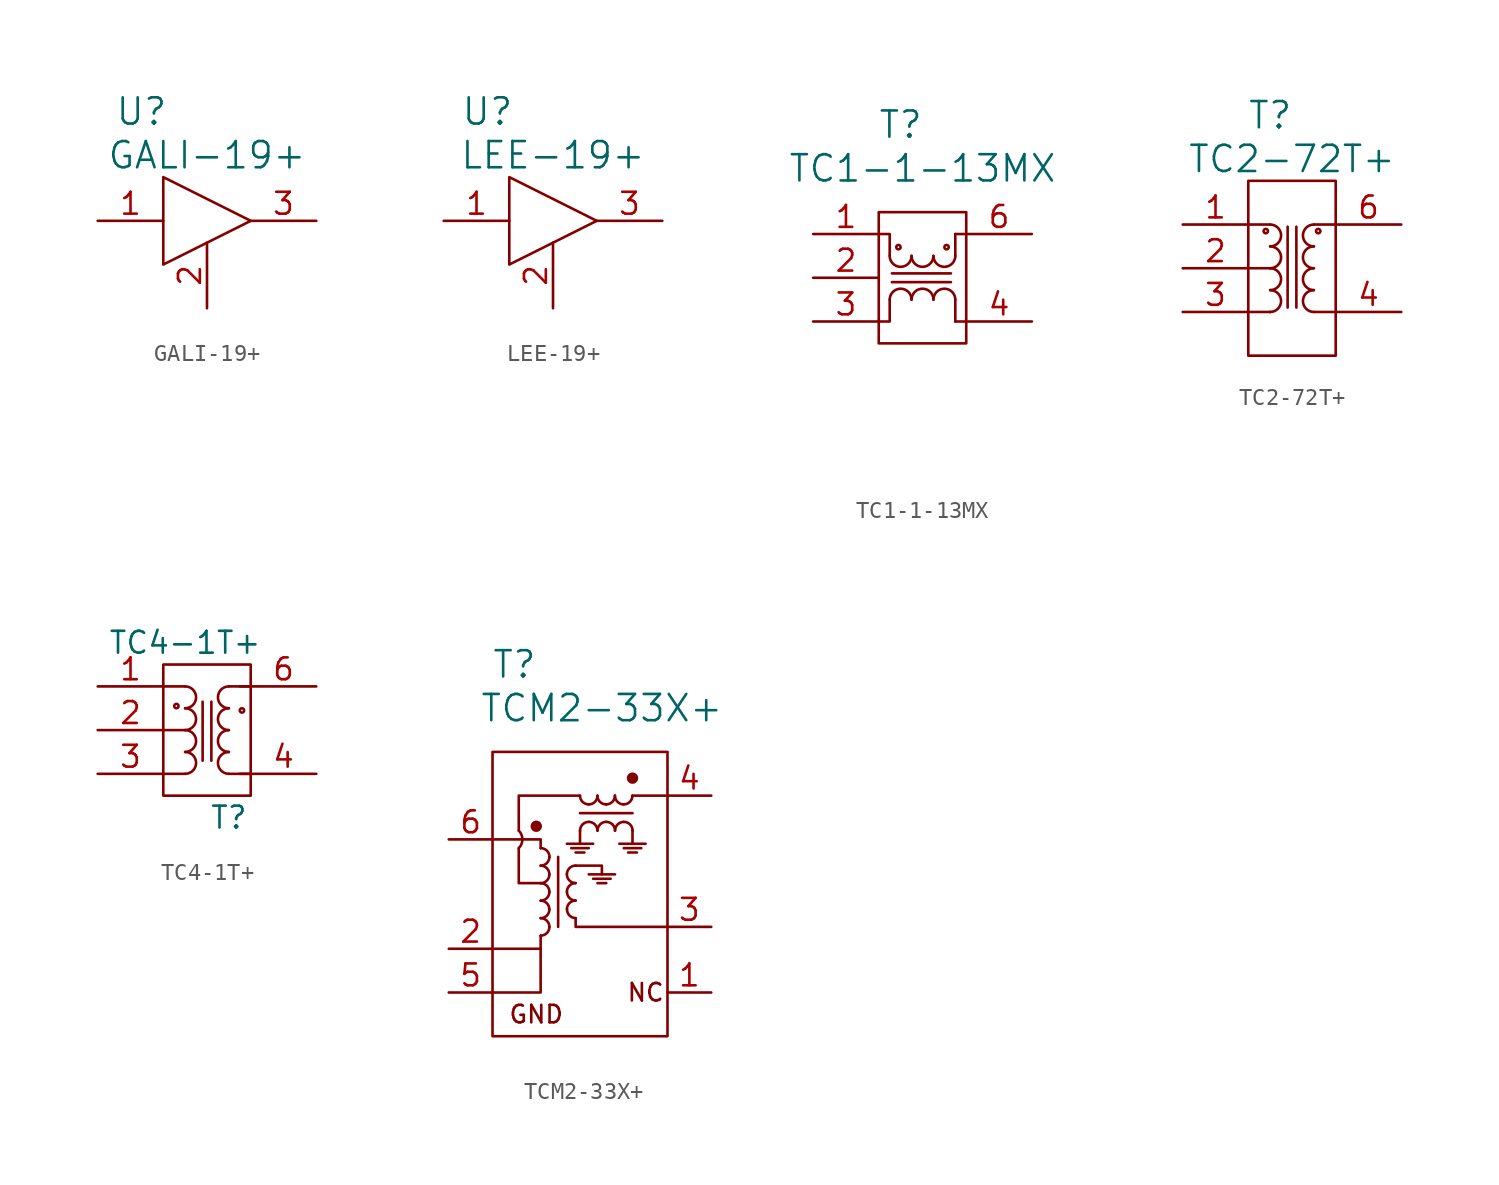
<source format=kicad_sym>
(kicad_symbol_lib
  (version 20231120)
  (generator "kicad_symbol_editor")
  (generator_version "8.0")
  (symbol "GALI-19+"
    (pin_names
      (offset 1.016) hide)
    (property "Reference" "U"
      (at -3.81 6.35 0)
      (effects (font (size 1.524 1.524))))
    (property "Value" "GALI-19+"
      (at 0 3.81 0)
      (effects (font (size 1.524 1.524))))
    (symbol "GALI-19+_0_1"
      (polyline (pts (xy -2.54 -2.54) (xy -2.54 2.54) (xy 2.54 0) (xy -2.54 -2.54)) (stroke (width 0) (type default)) (fill (type none))))
    (symbol "GALI-19+_1_1"
      (pin input line (at -6.35 0 0) (length 3.81) (name "IN" (effects (font (size 1.27 1.27)))) (number "1" (effects (font (size 1.27 1.27)))))
      (pin passive line (at 0 -5.08 90) (length 3.81) (name "GND" (effects (font (size 1.27 1.27)))) (number "2" (effects (font (size 1.27 1.27)))))
      (pin open_collector line (at 6.35 0 180) (length 3.81) (name "OUT" (effects (font (size 1.27 1.27)))) (number "3" (effects (font (size 1.27 1.27)))))))
  (symbol "LEE-19+"
    (pin_names
      (offset 1.016) hide)
    (property "Reference" "U"
      (at -3.81 6.35 0)
      (effects (font (size 1.524 1.524))))
    (property "Value" "LEE-19+"
      (at 0 3.81 0)
      (effects (font (size 1.524 1.524))))
    (symbol "LEE-19+_0_1"
      (polyline (pts (xy -2.54 -2.54) (xy -2.54 2.54) (xy 2.54 0) (xy -2.54 -2.54)) (stroke (width 0) (type default)) (fill (type none))))
    (symbol "LEE-19+_1_1"
      (pin input line (at -6.35 0 0) (length 3.81) (name "IN" (effects (font (size 1.27 1.27)))) (number "1" (effects (font (size 1.27 1.27)))))
      (pin passive line (at 0 -5.08 90) (length 3.81) (name "GND" (effects (font (size 1.27 1.27)))) (number "2" (effects (font (size 1.27 1.27)))))
      (pin open_collector line (at 6.35 0 180) (length 3.81) (name "OUT" (effects (font (size 1.27 1.27)))) (number "3" (effects (font (size 1.27 1.27)))))))
  (symbol "TC1-1-13MX"
    (pin_names
      (offset 1.016) hide)
    (property "Reference" "T"
      (at -1.27 8.89 0)
      (effects (font (size 1.524 1.524))))
    (property "Value" "TC1-1-13MX"
      (at 0 6.35 0)
      (effects (font (size 1.524 1.524))))
    (property "Footprint" ""
      (at 1.27 -10.16 0)
      (effects (font (size 1.524 1.524))))
    (property "Datasheet" ""
      (at 1.27 -10.16 0)
      (effects (font (size 1.524 1.524))))
    (symbol "TC1-1-13MX_0_1"
      (rectangle (start -2.54 -3.81) (end 2.54 3.81) (stroke (width 0) (type default)) (fill (type none)))
      (arc (start -1.905 1.27) (mid -1.27 0.6377) (end -0.635 1.27) (stroke (width 0) (type default)) (fill (type none)))
      (circle (center -1.397 1.778) (radius 0.127) (stroke (width 0) (type default)) (fill (type none)))
      (arc (start -0.635 -1.27) (mid -1.27 -0.6377) (end -1.905 -1.27) (stroke (width 0) (type default)) (fill (type none)))
      (arc (start -0.635 1.27) (mid 0 0.6377) (end 0.635 1.27) (stroke (width 0) (type default)) (fill (type none)))
      (polyline (pts (xy -1.778 -0.254) (xy 1.651 -0.254)) (stroke (width 0) (type default)) (fill (type none)))
      (polyline (pts (xy 1.651 0.254) (xy -1.778 0.254)) (stroke (width 0) (type default)) (fill (type none)))
      (polyline (pts (xy 1.905 -1.27) (xy 1.905 -2.54)) (stroke (width 0) (type default)) (fill (type none)))
      (polyline (pts (xy 1.905 1.27) (xy 1.905 2.54)) (stroke (width 0) (type default)) (fill (type none)))
      (polyline (pts (xy 2.54 -2.54) (xy 1.905 -2.54)) (stroke (width 0) (type default)) (fill (type none)))
      (polyline (pts (xy 2.54 2.54) (xy 1.905 2.54)) (stroke (width 0) (type default)) (fill (type none)))
      (polyline (pts (xy -2.54 2.54) (xy -1.905 2.54) (xy -1.905 1.27)) (stroke (width 0) (type default)) (fill (type none)))
      (polyline (pts (xy -1.905 -1.27) (xy -1.905 -2.54) (xy -2.54 -2.54)) (stroke (width 0) (type default)) (fill (type none)))
      (arc (start 0.635 -1.27) (mid 0 -0.6377) (end -0.635 -1.27) (stroke (width 0) (type default)) (fill (type none)))
      (arc (start 0.635 1.27) (mid 1.27 0.6377) (end 1.905 1.27) (stroke (width 0) (type default)) (fill (type none)))
      (circle (center 1.397 1.778) (radius 0.127) (stroke (width 0) (type default)) (fill (type none)))
      (arc (start 1.905 -1.27) (mid 1.27 -0.6377) (end 0.635 -1.27) (stroke (width 0) (type default)) (fill (type none))))
    (symbol "TC1-1-13MX_1_1"
      (pin input line (at -6.35 2.54 0) (length 3.81) (name "1" (effects (font (size 1.27 1.27)))) (number "1" (effects (font (size 1.27 1.27)))))
      (pin input line (at -6.35 0 0) (length 3.81) (name "2" (effects (font (size 1.27 1.27)))) (number "2" (effects (font (size 1.27 1.27)))))
      (pin input line (at -6.35 -2.54 0) (length 3.81) (name "3" (effects (font (size 1.27 1.27)))) (number "3" (effects (font (size 1.27 1.27)))))
      (pin input line (at 6.35 -2.54 180) (length 3.81) (name "4" (effects (font (size 1.27 1.27)))) (number "4" (effects (font (size 1.27 1.27)))))
      (pin input line (at 6.35 2.54 180) (length 3.81) (name "6" (effects (font (size 1.27 1.27)))) (number "6" (effects (font (size 1.27 1.27)))))))
  (symbol "TC2-72T+"
    (pin_names
      (offset 1.016) hide)
    (property "Reference" "T"
      (at -1.27 8.89 0)
      (effects (font (size 1.524 1.524))))
    (property "Value" "TC2-72T+"
      (at 0 6.35 0)
      (effects (font (size 1.524 1.524))))
    (property "Footprint" ""
      (at 1.27 1.27 0)
      (effects (font (size 1.524 1.524))))
    (property "Datasheet" ""
      (at 1.27 1.27 0)
      (effects (font (size 1.524 1.524))))
    (symbol "TC2-72T+_0_1"
      (rectangle (start -2.54 5.08) (end 2.54 -5.08) (stroke (width 0) (type default)) (fill (type none)))
      (circle (center -1.524 2.159) (radius 0.127) (stroke (width 0) (type default)) (fill (type none)))
      (arc (start -1.27 -2.54) (mid -0.6377 -1.905) (end -1.27 -1.27) (stroke (width 0) (type default)) (fill (type none)))
      (arc (start -1.27 -1.27) (mid -0.6377 -0.635) (end -1.27 0) (stroke (width 0) (type default)) (fill (type none)))
      (arc (start -1.27 0) (mid -0.6377 0.635) (end -1.27 1.27) (stroke (width 0) (type default)) (fill (type none)))
      (arc (start -1.27 1.27) (mid -0.6377 1.905) (end -1.27 2.54) (stroke (width 0) (type default)) (fill (type none)))
      (polyline (pts (xy -2.54 -2.54) (xy -1.27 -2.54)) (stroke (width 0) (type default)) (fill (type none)))
      (polyline (pts (xy -2.54 0) (xy -1.27 0)) (stroke (width 0) (type default)) (fill (type none)))
      (polyline (pts (xy -1.27 -2.54) (xy -1.27 -2.54)) (stroke (width 0) (type default)) (fill (type none)))
      (polyline (pts (xy -1.27 2.54) (xy -2.54 2.54)) (stroke (width 0) (type default)) (fill (type none)))
      (polyline (pts (xy -0.254 2.413) (xy -0.254 -2.286)) (stroke (width 0) (type default)) (fill (type none)))
      (polyline (pts (xy 0.254 -2.286) (xy 0.254 2.413)) (stroke (width 0) (type default)) (fill (type none)))
      (polyline (pts (xy 2.54 -2.54) (xy 1.27 -2.54)) (stroke (width 0) (type default)) (fill (type none)))
      (polyline (pts (xy 2.54 2.54) (xy 1.27 2.54)) (stroke (width 0) (type default)) (fill (type none)))
      (arc (start 1.27 -1.27) (mid 0.6377 -1.905) (end 1.27 -2.54) (stroke (width 0) (type default)) (fill (type none)))
      (arc (start 1.27 0) (mid 0.6377 -0.635) (end 1.27 -1.27) (stroke (width 0) (type default)) (fill (type none)))
      (arc (start 1.27 1.27) (mid 0.6377 0.635) (end 1.27 0) (stroke (width 0) (type default)) (fill (type none)))
      (arc (start 1.27 2.54) (mid 0.6377 1.905) (end 1.27 1.27) (stroke (width 0) (type default)) (fill (type none)))
      (circle (center 1.524 2.159) (radius 0.127) (stroke (width 0) (type default)) (fill (type none))))
    (symbol "TC2-72T+_1_1"
      (pin input line (at -6.35 2.54 0) (length 3.81) (name "1" (effects (font (size 1.27 1.27)))) (number "1" (effects (font (size 1.27 1.27)))))
      (pin input line (at -6.35 0 0) (length 3.81) (name "2" (effects (font (size 1.27 1.27)))) (number "2" (effects (font (size 1.27 1.27)))))
      (pin input line (at -6.35 -2.54 0) (length 3.81) (name "3" (effects (font (size 1.27 1.27)))) (number "3" (effects (font (size 1.27 1.27)))))
      (pin input line (at 6.35 -2.54 180) (length 3.81) (name "4" (effects (font (size 1.27 1.27)))) (number "4" (effects (font (size 1.27 1.27)))))
      (pin input line (at 6.35 2.54 180) (length 3.81) (name "6" (effects (font (size 1.27 1.27)))) (number "6" (effects (font (size 1.27 1.27)))))))
  (symbol "TC4-1T+"
    (pin_names
      (offset 1.016))
    (property "Reference" "T"
      (at 1.27 -5.08 0)
      (effects (font (size 1.27 1.27))))
    (property "Value" "TC4-1T+"
      (at -1.27 5.08 0)
      (effects (font (size 1.27 1.27))))
    (symbol "TC4-1T+_1_1"
      (rectangle (start -2.54 -3.81) (end 2.54 3.81) (stroke (width 0) (type default)) (fill (type none)))
      (circle (center -1.778 1.397) (radius 0.127) (stroke (width 0) (type default)) (fill (type none)))
      (arc (start -1.27 -2.54) (mid -0.6377 -1.905) (end -1.27 -1.27) (stroke (width 0) (type default)) (fill (type none)))
      (arc (start -1.27 -1.27) (mid -0.6377 -0.635) (end -1.27 0) (stroke (width 0) (type default)) (fill (type none)))
      (arc (start -1.27 0) (mid -0.6377 0.635) (end -1.27 1.27) (stroke (width 0) (type default)) (fill (type none)))
      (arc (start -1.27 1.27) (mid -0.6377 1.905) (end -1.27 2.54) (stroke (width 0) (type default)) (fill (type none)))
      (polyline (pts (xy -2.54 -2.54) (xy -1.27 -2.54)) (stroke (width 0) (type default)) (fill (type none)))
      (polyline (pts (xy -2.54 0) (xy -1.27 0)) (stroke (width 0) (type default)) (fill (type none)))
      (polyline (pts (xy -2.54 2.54) (xy -1.27 2.54)) (stroke (width 0) (type default)) (fill (type none)))
      (polyline (pts (xy -0.254 1.651) (xy -0.254 -1.778)) (stroke (width 0) (type default)) (fill (type none)))
      (polyline (pts (xy 0.254 -1.778) (xy 0.254 1.651)) (stroke (width 0) (type default)) (fill (type none)))
      (polyline (pts (xy 2.54 -2.54) (xy 1.27 -2.54)) (stroke (width 0) (type default)) (fill (type none)))
      (polyline (pts (xy 2.54 -2.54) (xy 1.905 -2.54)) (stroke (width 0) (type default)) (fill (type none)))
      (polyline (pts (xy 2.54 2.54) (xy 1.27 2.54)) (stroke (width 0) (type default)) (fill (type none)))
      (polyline (pts (xy 2.54 2.54) (xy 1.905 2.54)) (stroke (width 0) (type default)) (fill (type none)))
      (arc (start 1.27 -1.27) (mid 0.6377 -1.905) (end 1.27 -2.54) (stroke (width 0) (type default)) (fill (type none)))
      (arc (start 1.27 0) (mid 0.6377 -0.635) (end 1.27 -1.27) (stroke (width 0) (type default)) (fill (type none)))
      (arc (start 1.27 1.27) (mid 0.6377 0.635) (end 1.27 0) (stroke (width 0) (type default)) (fill (type none)))
      (arc (start 1.27 2.54) (mid 0.6377 1.905) (end 1.27 1.27) (stroke (width 0) (type default)) (fill (type none)))
      (circle (center 2.032 1.143) (radius 0.127) (stroke (width 0) (type default)) (fill (type none)))
      (pin input line (at -6.35 2.54 0) (length 3.81) (name "~" (effects (font (size 1.27 1.27)))) (number "1" (effects (font (size 1.27 1.27)))))
      (pin input line (at -6.35 0 0) (length 3.81) (name "~" (effects (font (size 1.27 1.27)))) (number "2" (effects (font (size 1.27 1.27)))))
      (pin input line (at -6.35 -2.54 0) (length 3.81) (name "~" (effects (font (size 1.27 1.27)))) (number "3" (effects (font (size 1.27 1.27)))))
      (pin input line (at 6.35 -2.54 180) (length 3.81) (name "~" (effects (font (size 1.27 1.27)))) (number "4" (effects (font (size 1.27 1.27)))))
      (pin input line (at 6.35 2.54 180) (length 3.81) (name "~" (effects (font (size 1.27 1.27)))) (number "6" (effects (font (size 1.27 1.27)))))))
  (symbol "TCM2-33X+"
    (pin_names
      (offset 0.254) hide)
    (property "Reference" "T"
      (at -3.81 12.7 0)
      (effects (font (size 1.524 1.524))))
    (property "Value" "TCM2-33X+"
      (at 1.27 10.16 0)
      (effects (font (size 1.524 1.524))))
    (symbol "TCM2-33X+_0_1"
      (rectangle (start -5.08 7.62) (end 5.08 -8.89) (stroke (width 0) (type default)) (fill (type none)))
      (arc (start -3.556 2.032) (mid -3.3456 2.54) (end -3.556 3.048) (stroke (width 0) (type default)) (fill (type none)))
      (polyline (pts (xy -0.762 2.286) (xy 0.762 2.286)) (stroke (width 0) (type default)) (fill (type none)))
      (polyline (pts (xy -0.508 2.032) (xy 0.508 2.032)) (stroke (width 0) (type default)) (fill (type none)))
      (polyline (pts (xy -0.254 1.778) (xy 0.254 1.778)) (stroke (width 0) (type default)) (fill (type none)))
      (polyline (pts (xy 0 2.286) (xy 0 3.048)) (stroke (width 0) (type default)) (fill (type none)))
      (polyline (pts (xy 0.508 0.508) (xy 2.032 0.508)) (stroke (width 0) (type default)) (fill (type none)))
      (polyline (pts (xy 0.762 0.254) (xy 1.778 0.254)) (stroke (width 0) (type default)) (fill (type none)))
      (polyline (pts (xy 1.016 0) (xy 1.524 0)) (stroke (width 0) (type default)) (fill (type none)))
      (polyline (pts (xy 2.286 2.286) (xy 3.81 2.286)) (stroke (width 0) (type default)) (fill (type none)))
      (polyline (pts (xy 2.54 2.032) (xy 3.556 2.032)) (stroke (width 0) (type default)) (fill (type none)))
      (polyline (pts (xy 2.794 1.778) (xy 3.302 1.778)) (stroke (width 0) (type default)) (fill (type none)))
      (polyline (pts (xy 3.048 3.048) (xy 3.048 2.286)) (stroke (width 0) (type default)) (fill (type none)))
      (polyline (pts (xy 3.048 5.08) (xy 5.08 5.08)) (stroke (width 0) (type default)) (fill (type none)))
      (polyline (pts (xy -5.08 -3.81) (xy -2.286 -3.81) (xy -2.286 -3.048)) (stroke (width 0) (type default)) (fill (type none)))
      (polyline (pts (xy -5.08 2.54) (xy -2.286 2.54) (xy -2.286 2.032)) (stroke (width 0) (type default)) (fill (type none)))
      (polyline (pts (xy -3.556 3.048) (xy -3.556 5.08) (xy 0 5.08)) (stroke (width 0) (type default)) (fill (type none)))
      (polyline (pts (xy -2.286 -3.81) (xy -2.286 -6.35) (xy -5.08 -6.35)) (stroke (width 0) (type default)) (fill (type none)))
      (polyline (pts (xy -2.286 0) (xy -3.556 0) (xy -3.556 2.032)) (stroke (width 0) (type default)) (fill (type none)))
      (polyline (pts (xy -0.254 1.016) (xy 1.27 1.016) (xy 1.27 0.508)) (stroke (width 0) (type default)) (fill (type none)))
      (polyline (pts (xy 5.08 -2.54) (xy -0.254 -2.54) (xy -0.254 -2.032)) (stroke (width 0) (type default)) (fill (type none)))
      (pin unspecified line (at 7.62 -6.35 180) (length 2.54) (name "NC" (effects (font (size 1.27 1.27)))) (number "1" (effects (font (size 1.27 1.27)))))
      (pin unspecified line (at -7.62 -3.81 0) (length 2.54) (name "PRIMARY/GND" (effects (font (size 1.27 1.27)))) (number "2" (effects (font (size 1.27 1.27)))))
      (pin unspecified line (at 7.62 -2.54 180) (length 2.54) (name "SECONDARY" (effects (font (size 1.27 1.27)))) (number "3" (effects (font (size 1.27 1.27)))))
      (pin unspecified line (at 7.62 5.08 180) (length 2.54) (name "SECONDARY_DOT" (effects (font (size 1.27 1.27)))) (number "4" (effects (font (size 1.27 1.27)))))
      (pin unspecified line (at -7.62 -6.35 0) (length 2.54) (name "GND" (effects (font (size 1.27 1.27)))) (number "5" (effects (font (size 1.27 1.27)))))
      (pin unspecified line (at -7.62 2.54 0) (length 2.54) (name "PRIMARY_DOT" (effects (font (size 1.27 1.27)))) (number "6" (effects (font (size 1.27 1.27))))))
    (symbol "TCM2-33X+_1_1"
      (circle (center -2.54 3.302) (radius 0.254) (stroke (width 0) (type default)) (fill (type outline)))
      (arc (start -2.286 -3.05) (mid -1.9261 -2.9013) (end -1.778 -2.542) (stroke (width 0) (type default)) (fill (type none)))
      (arc (start -2.286 -2.034) (mid -1.9261 -1.8853) (end -1.778 -1.526) (stroke (width 0) (type default)) (fill (type none)))
      (arc (start -2.286 -1.018) (mid -1.9261 -0.8693) (end -1.778 -0.51) (stroke (width 0) (type default)) (fill (type none)))
      (arc (start -2.286 -0.002) (mid -1.9261 0.1467) (end -1.778 0.506) (stroke (width 0) (type default)) (fill (type none)))
      (arc (start -2.286 1.016) (mid -1.9268 1.1648) (end -1.778 1.524) (stroke (width 0) (type default)) (fill (type none)))
      (arc (start -1.778 -2.542) (mid -1.9261 -2.1815) (end -2.286 -2.034) (stroke (width 0) (type default)) (fill (type none)))
      (arc (start -1.778 -1.526) (mid -1.9261 -1.1655) (end -2.286 -1.018) (stroke (width 0) (type default)) (fill (type none)))
      (arc (start -1.778 -0.51) (mid -1.9261 -0.1495) (end -2.286 -0.002) (stroke (width 0) (type default)) (fill (type none)))
      (arc (start -1.778 0.506) (mid -1.9261 0.8665) (end -2.286 1.014) (stroke (width 0) (type default)) (fill (type none)))
      (arc (start -1.778 1.524) (mid -1.9268 1.8832) (end -2.286 2.032) (stroke (width 0) (type default)) (fill (type none)))
      (arc (start -0.762 -1.522) (mid -0.6139 -1.8825) (end -0.254 -2.03) (stroke (width 0) (type default)) (fill (type none)))
      (arc (start -0.762 -0.506) (mid -0.6139 -0.8665) (end -0.254 -1.014) (stroke (width 0) (type default)) (fill (type none)))
      (arc (start -0.762 0.51) (mid -0.6139 0.1495) (end -0.254 0.002) (stroke (width 0) (type default)) (fill (type none)))
      (arc (start -0.254 -1.014) (mid -0.6139 -1.1627) (end -0.762 -1.522) (stroke (width 0) (type default)) (fill (type none)))
      (arc (start -0.254 0.002) (mid -0.6139 -0.1467) (end -0.762 -0.506) (stroke (width 0) (type default)) (fill (type none)))
      (arc (start -0.254 1.018) (mid -0.6139 0.8693) (end -0.762 0.51) (stroke (width 0) (type default)) (fill (type none)))
      (arc (start -0.006 5.08) (mid 0.1429 4.7215) (end 0.502 4.572) (stroke (width 0) (type default)) (fill (type none)))
      (polyline (pts (xy -1.27 1.524) (xy -1.27 -2.54)) (stroke (width 0) (type default)) (fill (type none)))
      (polyline (pts (xy 0 4.064) (xy 3.048 4.064)) (stroke (width 0) (type default)) (fill (type none)))
      (arc (start 0.502 4.572) (mid 0.8664 4.7179) (end 1.01 5.08) (stroke (width 0) (type default)) (fill (type none)))
      (arc (start 0.51 3.556) (mid 0.1495 3.4079) (end 0.002 3.048) (stroke (width 0) (type default)) (fill (type none)))
      (arc (start 1.01 5.08) (mid 1.1587 4.7201) (end 1.518 4.572) (stroke (width 0) (type default)) (fill (type none)))
      (arc (start 1.018 3.048) (mid 0.8693 3.4079) (end 0.51 3.556) (stroke (width 0) (type default)) (fill (type none)))
      (arc (start 1.518 4.572) (mid 1.8785 4.7201) (end 2.026 5.08) (stroke (width 0) (type default)) (fill (type none)))
      (arc (start 1.526 3.556) (mid 1.1655 3.4079) (end 1.018 3.048) (stroke (width 0) (type default)) (fill (type none)))
      (arc (start 2.026 5.08) (mid 2.175 4.7222) (end 2.534 4.572) (stroke (width 0) (type default)) (fill (type none)))
      (arc (start 2.034 3.048) (mid 1.8853 3.4079) (end 1.526 3.556) (stroke (width 0) (type default)) (fill (type none)))
      (arc (start 2.534 4.572) (mid 2.8971 4.7186) (end 3.042 5.08) (stroke (width 0) (type default)) (fill (type none)))
      (arc (start 2.542 3.556) (mid 2.1815 3.4079) (end 2.034 3.048) (stroke (width 0) (type default)) (fill (type none)))
      (circle (center 3.048 6.096) (radius 0.254) (stroke (width 0) (type default)) (fill (type outline)))
      (arc (start 3.05 3.048) (mid 2.9013 3.4079) (end 2.542 3.556) (stroke (width 0) (type default)) (fill (type none)))
      (text "GND" (at -2.54 -7.62 0) (effects (font (size 1.016 1.016))))
      (text "NC" (at 3.81 -6.35 0) (effects (font (size 1.016 1.016)))))))
</source>
